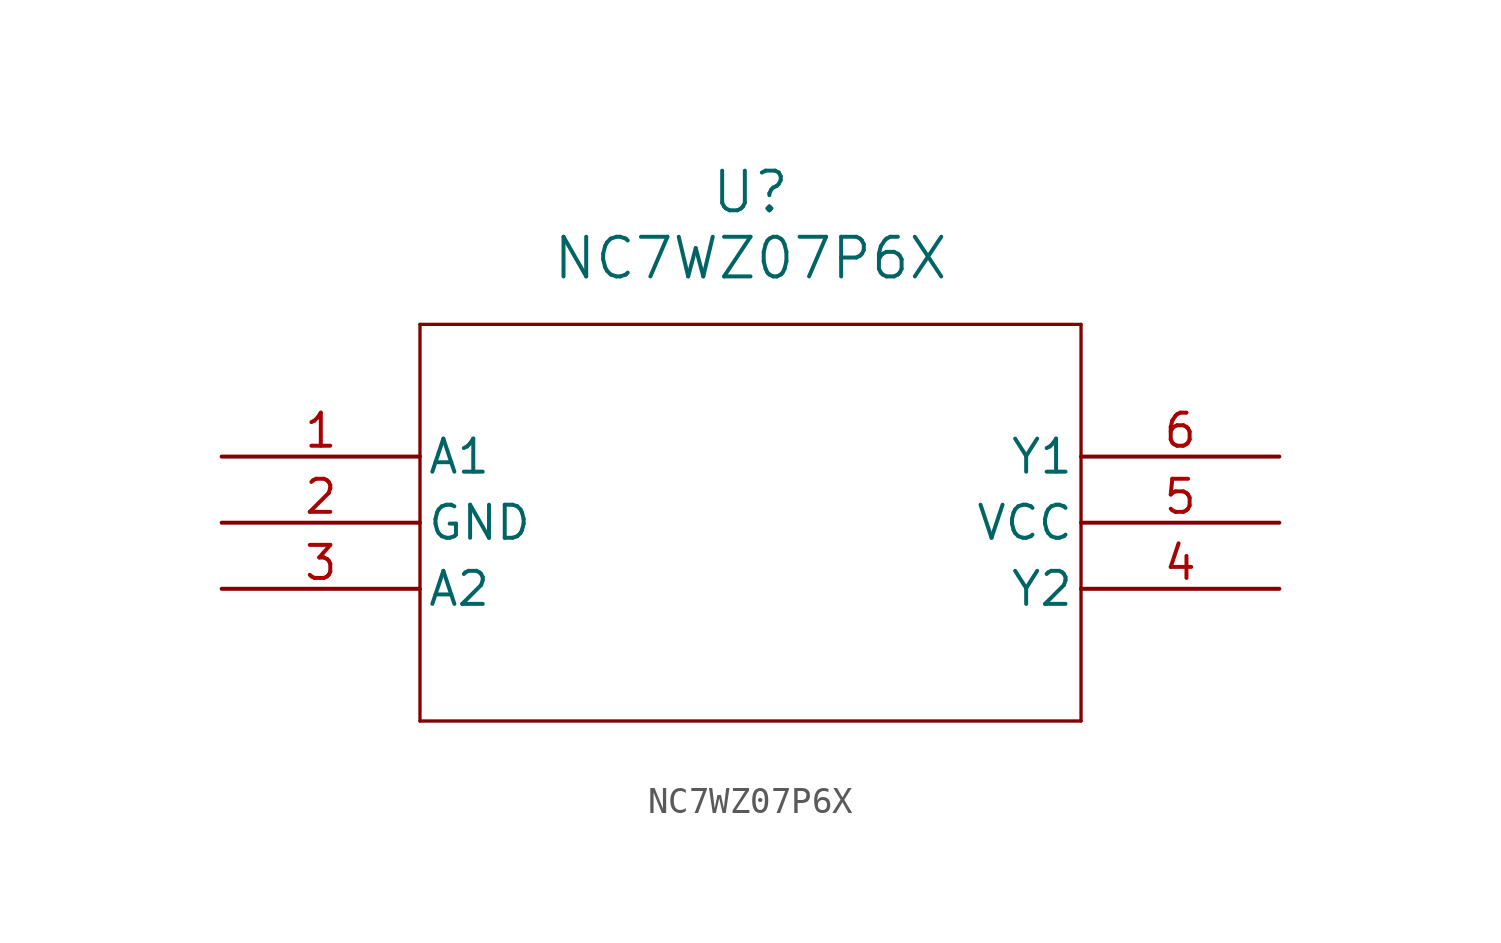
<source format=kicad_sym>
(kicad_symbol_lib
  (version 20211014)
  (generator kicad_symbol_editor)
  (symbol "NC7WZ07P6X"
    (pin_names
      (offset 0.254))
    (property "Reference" "U"
      (at 20.32 10.16 0)
      (effects (font (size 1.524 1.524))))
    (property "Value" "NC7WZ07P6X"
      (at 20.32 7.62 0)
      (effects (font (size 1.524 1.524))))
    (symbol "NC7WZ07P6X_0_1"
      (polyline (pts (xy 7.62 5.08) (xy 7.62 -10.16)) (stroke (width 0.127) (type default) (color 0 0 0 0)) (fill (type none)))
      (polyline (pts (xy 7.62 -10.16) (xy 33.02 -10.16)) (stroke (width 0.127) (type default) (color 0 0 0 0)) (fill (type none)))
      (polyline (pts (xy 33.02 -10.16) (xy 33.02 5.08)) (stroke (width 0.127) (type default) (color 0 0 0 0)) (fill (type none)))
      (polyline (pts (xy 33.02 5.08) (xy 7.62 5.08)) (stroke (width 0.127) (type default) (color 0 0 0 0)) (fill (type none)))
      (pin input line (at 0 0 0) (length 7.62) (name "A1" (effects (font (size 1.27 1.27)))) (number "1" (effects (font (size 1.27 1.27)))))
      (pin power_out line (at 0 -2.54 0) (length 7.62) (name "GND" (effects (font (size 1.27 1.27)))) (number "2" (effects (font (size 1.27 1.27)))))
      (pin input line (at 0 -5.08 0) (length 7.62) (name "A2" (effects (font (size 1.27 1.27)))) (number "3" (effects (font (size 1.27 1.27)))))
      (pin output line (at 40.64 -5.08 180) (length 7.62) (name "Y2" (effects (font (size 1.27 1.27)))) (number "4" (effects (font (size 1.27 1.27)))))
      (pin power_in line (at 40.64 -2.54 180) (length 7.62) (name "VCC" (effects (font (size 1.27 1.27)))) (number "5" (effects (font (size 1.27 1.27)))))
      (pin output line (at 40.64 0 180) (length 7.62) (name "Y1" (effects (font (size 1.27 1.27)))) (number "6" (effects (font (size 1.27 1.27))))))))
</source>
